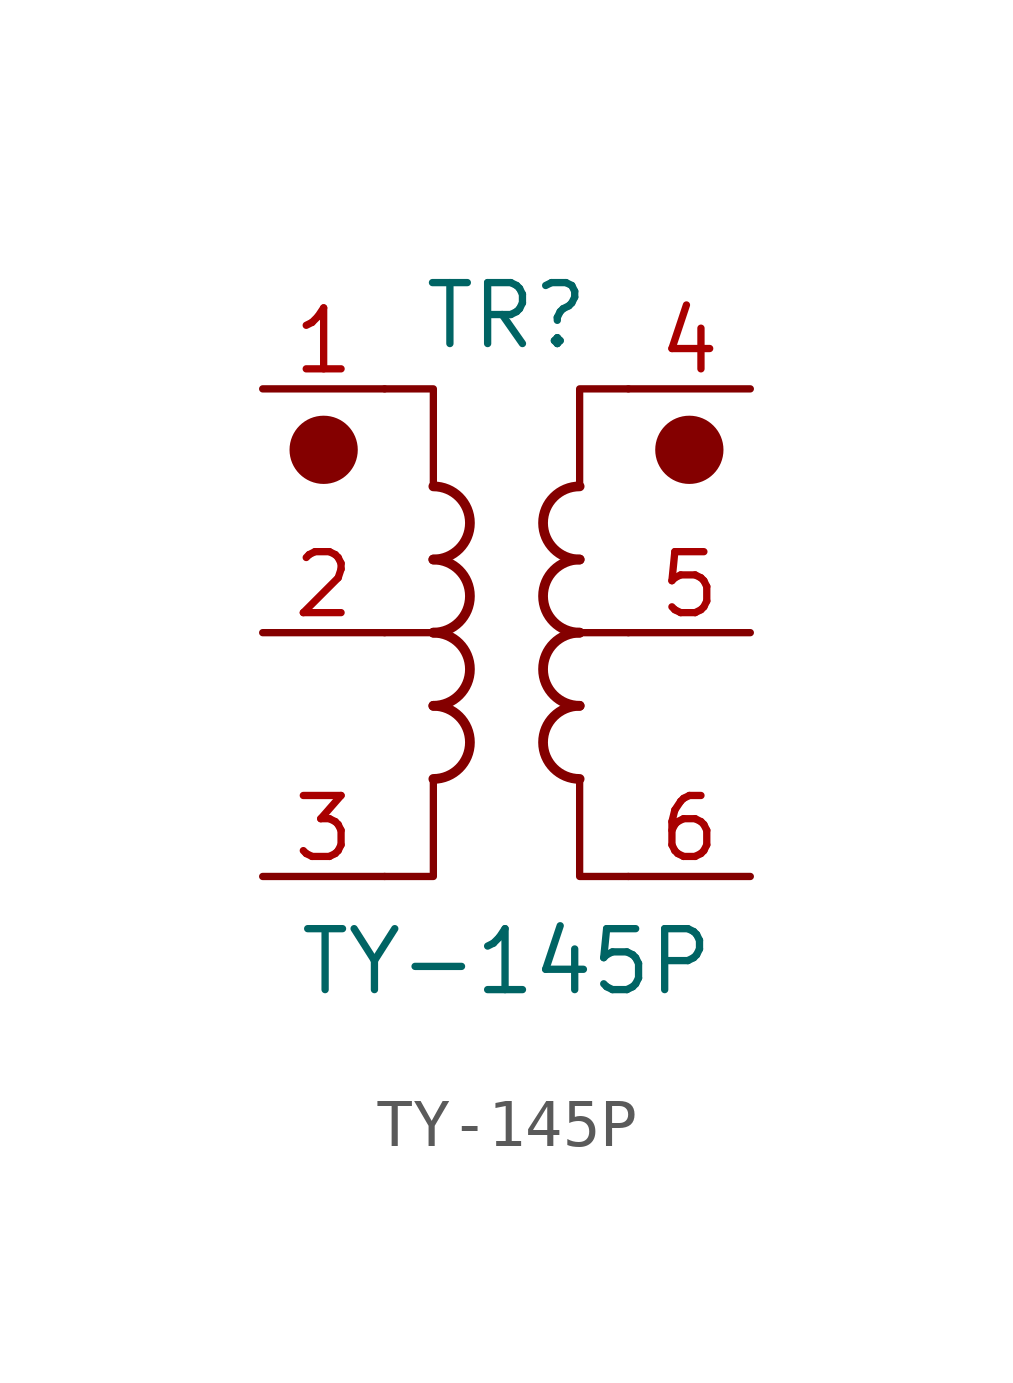
<source format=kicad_sym>
(kicad_symbol_lib
  (version 20241209)
  (generator "kicad_symbol_editor")
  (generator_version "9.0")
  (symbol "TY-145P"
    (property "Reference" "TR"
      (at 0 6.604 0)
      (effects (font (size 1.27 1.27))))
    (property "Value" "TY-145P"
      (at 0 -6.858 0)
      (effects (font (size 1.27 1.27))))
    (symbol "TY-145P_0_1"
      (circle (center -3.81 3.81) (radius 0.635) (stroke (width 0) (type default)) (fill (type outline)))
      (polyline (pts (xy -2.54 5.08) (xy -1.524 5.08) (xy -1.524 3.048)) (stroke (width 0.152) (type default)) (fill (type none)))
      (polyline (pts (xy -2.54 0) (xy -1.27 0)) (stroke (width 0) (type default)) (fill (type none)))
      (arc (start -1.524 3.048) (mid -0.7653 2.286) (end -1.524 1.524) (stroke (width 0.2032) (type default)) (fill (type none)))
      (arc (start -1.524 1.524) (mid -0.7653 0.762) (end -1.524 0) (stroke (width 0.2032) (type default)) (fill (type none)))
      (arc (start -1.524 0) (mid -0.7653 -0.762) (end -1.524 -1.524) (stroke (width 0.2032) (type default)) (fill (type none)))
      (arc (start -1.524 -1.524) (mid -0.7653 -2.286) (end -1.524 -3.048) (stroke (width 0.2032) (type default)) (fill (type none)))
      (polyline (pts (xy -1.524 -3.048) (xy -1.524 -5.08) (xy -2.54 -5.08)) (stroke (width 0.152) (type default)) (fill (type none)))
      (polyline (pts (xy 1.524 3.048) (xy 1.524 5.08) (xy 2.54 5.08)) (stroke (width 0.152) (type default)) (fill (type none)))
      (arc (start 1.524 1.524) (mid 0.7653 2.286) (end 1.524 3.048) (stroke (width 0.2032) (type default)) (fill (type none)))
      (arc (start 1.524 0) (mid 0.7653 0.762) (end 1.524 1.524) (stroke (width 0.2032) (type default)) (fill (type none)))
      (arc (start 1.524 -1.524) (mid 0.7653 -0.762) (end 1.524 0) (stroke (width 0.2032) (type default)) (fill (type none)))
      (arc (start 1.524 -3.048) (mid 0.7653 -2.286) (end 1.524 -1.524) (stroke (width 0.2032) (type default)) (fill (type none)))
      (polyline (pts (xy 2.54 0) (xy 1.27 0)) (stroke (width 0.152) (type default)) (fill (type none)))
      (polyline (pts (xy 2.54 -5.08) (xy 1.524 -5.08) (xy 1.524 -3.048)) (stroke (width 0.152) (type default)) (fill (type none)))
      (circle (center 3.81 3.81) (radius 0.635) (stroke (width 0) (type default)) (fill (type outline))))
    (symbol "TY-145P_1_1"
      (pin passive line (at -5.08 5.08 0) (length 2.54) (name "~" (effects (font (size 1.27 1.27)))) (number "1" (effects (font (size 1.27 1.27)))))
      (pin passive line (at -5.08 0 0) (length 2.54) (name "~" (effects (font (size 1.27 1.27)))) (number "2" (effects (font (size 1.27 1.27)))))
      (pin passive line (at -5.08 -5.08 0) (length 2.54) (name "~" (effects (font (size 1.27 1.27)))) (number "3" (effects (font (size 1.27 1.27)))))
      (pin passive line (at 5.08 5.08 180) (length 2.54) (name "~" (effects (font (size 1.27 1.27)))) (number "4" (effects (font (size 1.27 1.27)))))
      (pin passive line (at 5.08 0 180) (length 2.54) (name "~" (effects (font (size 1.27 1.27)))) (number "5" (effects (font (size 1.27 1.27)))))
      (pin passive line (at 5.08 -5.08 180) (length 2.54) (name "~" (effects (font (size 1.27 1.27)))) (number "6" (effects (font (size 1.27 1.27))))))))
</source>
